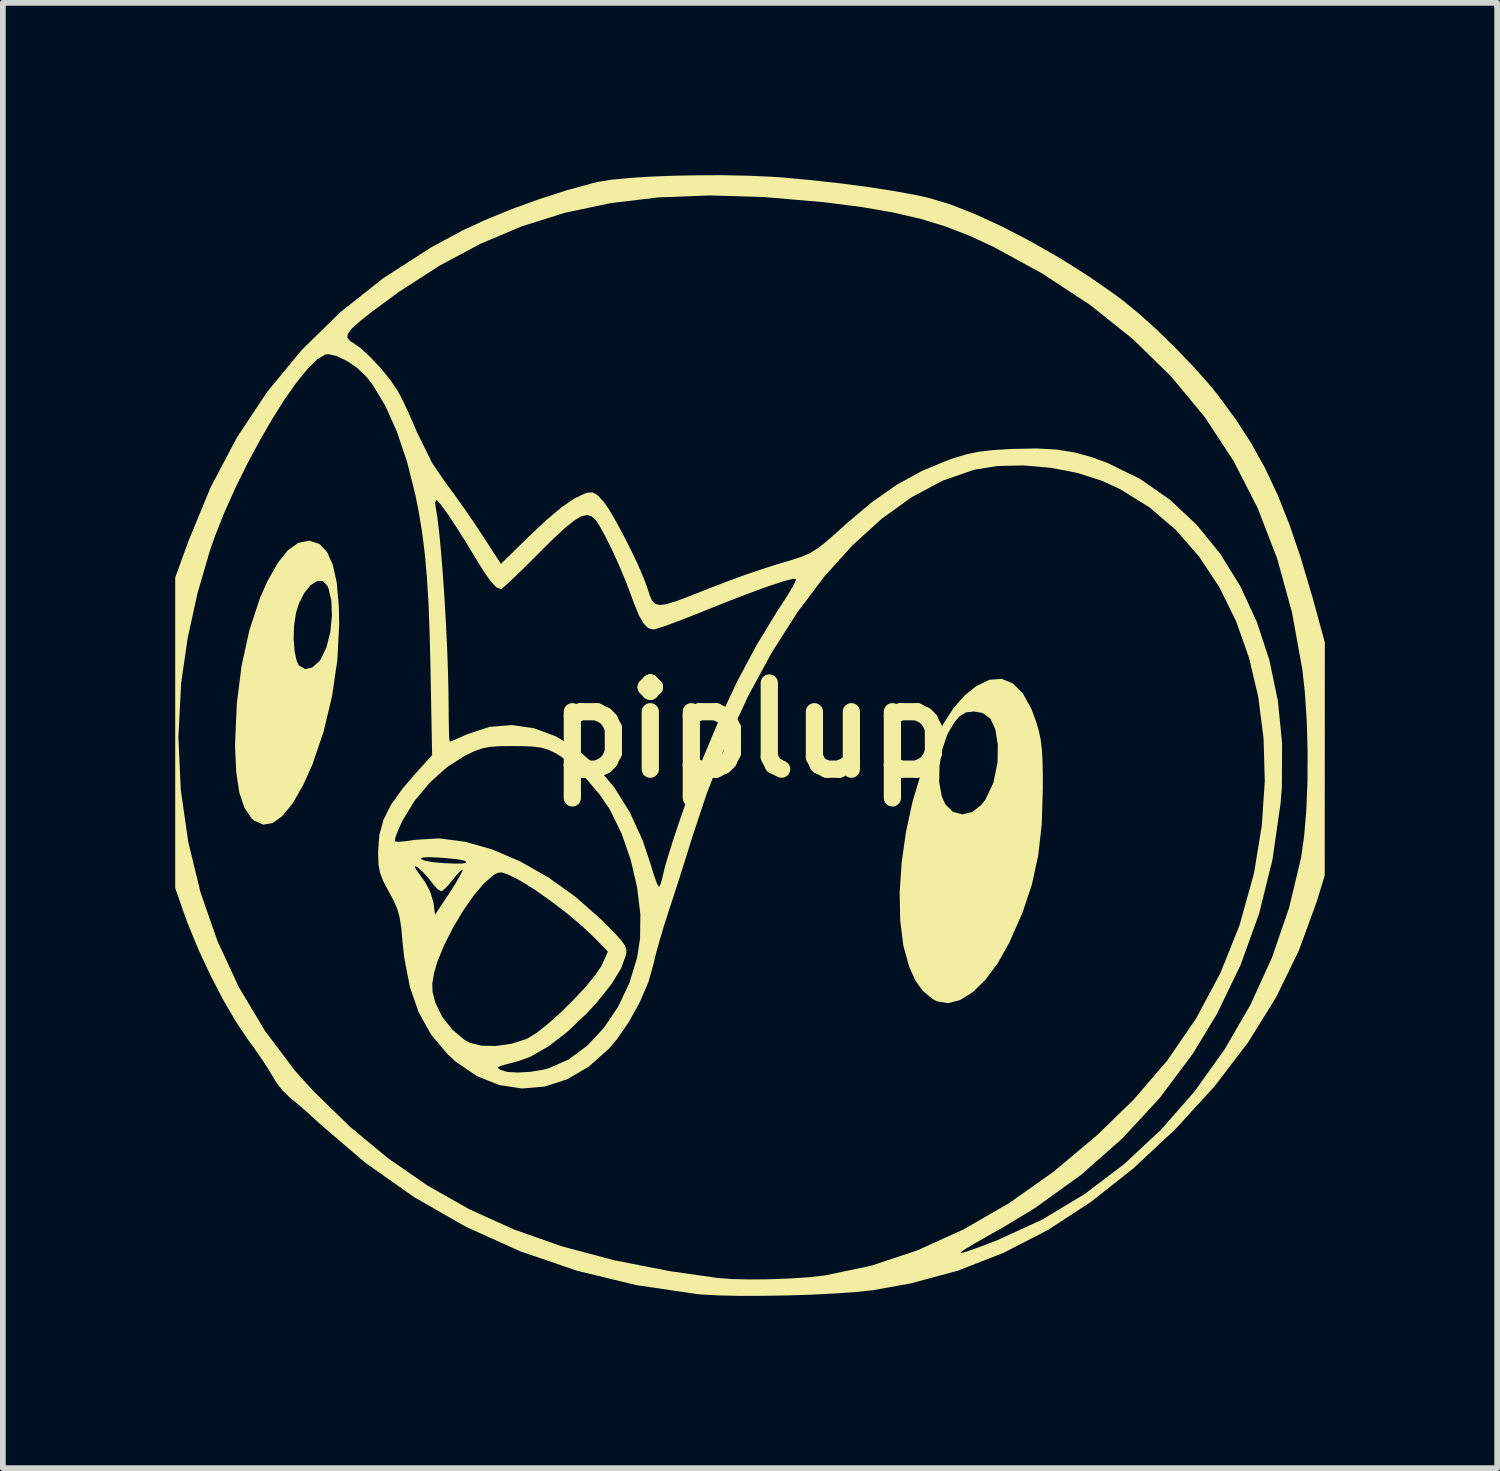
<source format=kicad_pcb>
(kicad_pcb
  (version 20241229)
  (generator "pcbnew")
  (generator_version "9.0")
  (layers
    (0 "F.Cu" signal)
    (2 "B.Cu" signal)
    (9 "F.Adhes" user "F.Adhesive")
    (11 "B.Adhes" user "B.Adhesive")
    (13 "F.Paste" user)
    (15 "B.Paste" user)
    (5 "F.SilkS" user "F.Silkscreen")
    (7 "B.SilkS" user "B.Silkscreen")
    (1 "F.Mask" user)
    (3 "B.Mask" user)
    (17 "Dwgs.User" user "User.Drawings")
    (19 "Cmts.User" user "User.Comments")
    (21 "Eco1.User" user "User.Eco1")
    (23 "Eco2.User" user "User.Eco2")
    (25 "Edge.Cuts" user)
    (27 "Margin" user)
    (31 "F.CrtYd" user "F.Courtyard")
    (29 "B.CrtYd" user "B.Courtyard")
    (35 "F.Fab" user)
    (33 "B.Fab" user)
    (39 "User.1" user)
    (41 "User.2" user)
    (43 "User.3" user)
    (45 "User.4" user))
  (footprint "piplup"
    (layer "F.Cu")
    (at 10.02 9.661)
    (property "Reference" "piplup" (at 0 0 0) (layer "F.SilkS") (effects (font (size 1.5 1.5) (thickness 0.3))))
    (attr board_only exclude_from_pos_files exclude_from_bom)
    (fp_poly (pts (xy -7.678 -3.297) (xy -7.509 -3.241) (xy -7.376 -3.102) (xy -7.276 -2.878) (xy -7.208 -2.567) (xy -7.172 -2.164) (xy -7.165 -1.848) (xy -7.197 -1.229) (xy -7.289 -0.596) (xy -7.436 0.022) (xy -7.631 0.596) (xy -7.793 0.956) (xy -7.974 1.272) (xy -8.152 1.492) (xy -8.325 1.617) (xy -8.49 1.644) (xy -8.648 1.572) (xy -8.691 1.533) (xy -8.815 1.351) (xy -8.904 1.087) (xy -8.957 0.736) (xy -8.978 0.294) (xy -8.978 0.232) (xy -8.948 -0.461) (xy -8.864 -1.127) (xy -8.763 -1.584) (xy -7.958 -1.584) (xy -7.941 -1.368) (xy -7.904 -1.2) (xy -7.866 -1.128) (xy -7.76 -1.064) (xy -7.637 -1.09) (xy -7.513 -1.2) (xy -7.484 -1.24) (xy -7.386 -1.447) (xy -7.32 -1.709) (xy -7.292 -1.99) (xy -7.302 -2.257) (xy -7.354 -2.477) (xy -7.373 -2.517) (xy -7.453 -2.597) (xy -7.555 -2.594) (xy -7.667 -2.521) (xy -7.774 -2.388) (xy -7.866 -2.208) (xy -7.919 -2.035) (xy -7.951 -1.816) (xy -7.958 -1.584) (xy -8.763 -1.584) (xy -8.727 -1.748) (xy -8.543 -2.305) (xy -8.418 -2.587) (xy -8.238 -2.908) (xy -8.06 -3.131) (xy -7.881 -3.26) (xy -7.698 -3.298)) (stroke (width 0) (type solid)) (fill yes) (layer "F.SilkS"))
    (fp_poly (pts (xy 4.563 -0.813) (xy 4.737 -0.638) (xy 4.885 -0.369) (xy 4.97 -0.14) (xy 5.014 0.016) (xy 5.046 0.165) (xy 5.066 0.33) (xy 5.078 0.534) (xy 5.083 0.8) (xy 5.083 1.027) (xy 5.064 1.637) (xy 5.003 2.18) (xy 4.893 2.684) (xy 4.729 3.177) (xy 4.505 3.684) (xy 4.5 3.696) (xy 4.3 4.053) (xy 4.086 4.342) (xy 3.865 4.559) (xy 3.644 4.697) (xy 3.432 4.752) (xy 3.235 4.718) (xy 3.155 4.673) (xy 2.992 4.536) (xy 2.869 4.365) (xy 2.761 4.129) (xy 2.757 4.119) (xy 2.655 3.749) (xy 2.6 3.309) (xy 2.591 2.82) (xy 2.626 2.298) (xy 2.702 1.763) (xy 2.818 1.233) (xy 2.917 0.904) (xy 3.279 0.904) (xy 3.323 1.15) (xy 3.388 1.293) (xy 3.52 1.422) (xy 3.681 1.465) (xy 3.852 1.424) (xy 4.012 1.301) (xy 4.083 1.209) (xy 4.224 0.91) (xy 4.295 0.558) (xy 4.299 0.25) (xy 4.256 -0.018) (xy 4.17 -0.2) (xy 4.036 -0.3) (xy 3.883 -0.326) (xy 3.744 -0.31) (xy 3.639 -0.246) (xy 3.552 -0.15) (xy 3.423 0.066) (xy 3.333 0.333) (xy 3.284 0.622) (xy 3.279 0.904) (xy 2.917 0.904) (xy 2.971 0.726) (xy 3.16 0.261) (xy 3.17 0.239) (xy 3.355 -0.116) (xy 3.533 -0.391) (xy 3.718 -0.602) (xy 3.919 -0.764) (xy 4.152 -0.878) (xy 4.368 -0.894)) (stroke (width 0) (type solid)) (fill yes) (layer "F.SilkS"))
    (fp_poly (pts (xy -0.046 -9.652) (xy 0.348 -9.635) (xy 0.541 -9.622) (xy 1.045 -9.576) (xy 1.553 -9.52) (xy 2.045 -9.455) (xy 2.496 -9.385) (xy 2.883 -9.314) (xy 3.08 -9.271) (xy 3.463 -9.157) (xy 3.903 -8.984) (xy 4.383 -8.763) (xy 4.885 -8.502) (xy 5.392 -8.211) (xy 5.887 -7.898) (xy 6.352 -7.574) (xy 6.488 -7.472) (xy 6.772 -7.238) (xy 7.091 -6.948) (xy 7.419 -6.627) (xy 7.732 -6.299) (xy 8.005 -5.99) (xy 8.128 -5.837) (xy 8.439 -5.415) (xy 8.712 -4.993) (xy 8.955 -4.555) (xy 9.175 -4.086) (xy 9.38 -3.569) (xy 9.577 -2.988) (xy 9.773 -2.328) (xy 9.828 -2.129) (xy 9.992 -1.528) (xy 9.991 0.501) (xy 9.99 2.53) (xy 9.852 2.981) (xy 9.542 3.831) (xy 9.145 4.647) (xy 8.656 5.434) (xy 8.075 6.196) (xy 7.397 6.938) (xy 7.391 6.944) (xy 6.662 7.625) (xy 5.924 8.209) (xy 5.173 8.699) (xy 4.401 9.097) (xy 3.604 9.408) (xy 2.777 9.632) (xy 2.123 9.748) (xy 1.84 9.779) (xy 1.484 9.804) (xy 1.08 9.825) (xy 0.651 9.839) (xy 0.219 9.846) (xy -0.19 9.847) (xy -0.554 9.839) (xy -0.85 9.824) (xy -0.927 9.817) (xy -1.991 9.66) (xy -3.021 9.411) (xy -4.012 9.072) (xy -4.96 8.644) (xy -5.862 8.128) (xy -6.713 7.528) (xy -7.49 6.863) (xy -7.667 6.701) (xy -7.839 6.549) (xy -7.979 6.431) (xy -8.02 6.399) (xy -8.159 6.265) (xy -8.283 6.097) (xy -8.311 6.048) (xy -8.388 5.917) (xy -8.507 5.734) (xy -8.651 5.527) (xy -8.757 5.381) (xy -8.966 5.07) (xy -9.188 4.688) (xy -9.409 4.262) (xy -9.615 3.819) (xy -9.794 3.385) (xy -9.866 3.19) (xy -10.02 2.747) (xy -10.02 0.119) (xy -9.965 0.119) (xy -9.923 1.04) (xy -9.793 1.945) (xy -9.579 2.825) (xy -9.284 3.672) (xy -8.91 4.476) (xy -8.46 5.23) (xy -7.937 5.925) (xy -7.621 6.276) (xy -6.98 6.9) (xy -6.318 7.449) (xy -5.626 7.928) (xy -4.896 8.341) (xy -4.118 8.693) (xy -3.284 8.986) (xy -2.384 9.226) (xy -1.408 9.417) (xy -0.576 9.535) (xy -0.332 9.554) (xy -0.02 9.561) (xy 0.329 9.558) (xy 0.684 9.544) (xy 1.013 9.522) (xy 1.284 9.492) (xy 2.094 9.322) (xy 2.901 9.054) (xy 3.703 8.69) (xy 4.493 8.234) (xy 5.269 7.686) (xy 6.027 7.05) (xy 6.663 6.431) (xy 7.247 5.753) (xy 7.751 5.018) (xy 8.172 4.231) (xy 8.506 3.399) (xy 8.748 2.531) (xy 8.767 2.443) (xy 8.895 1.656) (xy 8.947 0.884) (xy 8.925 0.137) (xy 8.833 -0.581) (xy 8.672 -1.262) (xy 8.446 -1.9) (xy 8.157 -2.487) (xy 7.807 -3.017) (xy 7.4 -3.484) (xy 6.938 -3.88) (xy 6.423 -4.199) (xy 6.11 -4.342) (xy 5.688 -4.478) (xy 5.224 -4.568) (xy 4.749 -4.609) (xy 4.295 -4.599) (xy 3.892 -4.535) (xy 3.881 -4.532) (xy 3.338 -4.343) (xy 2.803 -4.058) (xy 2.28 -3.682) (xy 1.771 -3.22) (xy 1.281 -2.677) (xy 0.813 -2.056) (xy 0.371 -1.363) (xy -0.043 -0.602) (xy -0.424 0.222) (xy -0.768 1.104) (xy -1.025 1.879) (xy -1.117 2.177) (xy -1.227 2.524) (xy -1.339 2.872) (xy -1.424 3.131) (xy -1.51 3.4) (xy -1.589 3.664) (xy -1.652 3.893) (xy -1.692 4.058) (xy -1.694 4.07) (xy -1.784 4.388) (xy -1.934 4.737) (xy -2.127 5.085) (xy -2.344 5.397) (xy -2.468 5.542) (xy -2.819 5.855) (xy -3.195 6.076) (xy -3.587 6.203) (xy -3.985 6.237) (xy -4.38 6.177) (xy -4.765 6.023) (xy -5.13 5.775) (xy -5.283 5.635) (xy -5.563 5.302) (xy -5.778 4.92) (xy -5.933 4.479) (xy -5.947 4.407) (xy -5.545 4.407) (xy -5.541 4.554) (xy -5.499 4.72) (xy -5.49 4.747) (xy -5.372 4.989) (xy -5.195 5.213) (xy -4.989 5.387) (xy -4.889 5.442) (xy -4.688 5.492) (xy -4.436 5.497) (xy -4.167 5.458) (xy -3.918 5.379) (xy -3.883 5.363) (xy -3.725 5.266) (xy -3.528 5.109) (xy -3.31 4.914) (xy -3.09 4.697) (xy -2.886 4.479) (xy -2.719 4.278) (xy -2.605 4.112) (xy -2.583 4.068) (xy -2.488 3.853) (xy -2.734 3.601) (xy -2.945 3.403) (xy -3.204 3.186) (xy -3.485 2.971) (xy -3.762 2.776) (xy -4.005 2.624) (xy -4.088 2.58) (xy -4.241 2.506) (xy -4.337 2.475) (xy -4.406 2.482) (xy -4.482 2.524) (xy -4.484 2.525) (xy -4.647 2.668) (xy -4.828 2.883) (xy -5.013 3.15) (xy -5.188 3.445) (xy -5.341 3.747) (xy -5.458 4.033) (xy -5.513 4.224) (xy -5.545 4.407) (xy -5.947 4.407) (xy -6.032 3.968) (xy -6.062 3.695) (xy -6.085 3.444) (xy -6.113 3.26) (xy -6.153 3.115) (xy -6.213 2.974) (xy -6.297 2.818) (xy -6.397 2.632) (xy -6.454 2.486) (xy -6.471 2.393) (xy -5.844 2.393) (xy -5.833 2.414) (xy -5.778 2.495) (xy -5.693 2.613) (xy -5.673 2.641) (xy -5.585 2.802) (xy -5.528 2.985) (xy -5.524 3.007) (xy -5.497 3.213) (xy -5.246 2.833) (xy -5.138 2.664) (xy -5.059 2.528) (xy -5.02 2.445) (xy -5.018 2.43) (xy -5.059 2.452) (xy -5.135 2.536) (xy -5.189 2.605) (xy -5.285 2.72) (xy -5.364 2.792) (xy -5.392 2.804) (xy -5.453 2.767) (xy -5.537 2.673) (xy -5.564 2.637) (xy -5.639 2.541) (xy -5.723 2.454) (xy -5.797 2.39) (xy -5.843 2.365) (xy -5.844 2.393) (xy -6.471 2.393) (xy -6.481 2.339) (xy -6.484 2.236) (xy -5.743 2.236) (xy -5.736 2.246) (xy -5.664 2.275) (xy -5.522 2.299) (xy -5.34 2.314) (xy -5.336 2.315) (xy -5.132 2.322) (xy -5.012 2.32) (xy -4.961 2.309) (xy -4.962 2.286) (xy -4.972 2.276) (xy -5.032 2.259) (xy -5.166 2.24) (xy -5.347 2.223) (xy -5.393 2.22) (xy -5.599 2.209) (xy -5.713 2.215) (xy -5.743 2.236) (xy -6.484 2.236) (xy -6.488 2.146) (xy -6.488 2.104) (xy -6.475 1.932) (xy -6.199 1.932) (xy -6.197 1.935) (xy -6.136 1.943) (xy -6.006 1.932) (xy -5.841 1.908) (xy -5.426 1.883) (xy -4.975 1.941) (xy -4.501 2.076) (xy -4.016 2.283) (xy -3.531 2.558) (xy -3.059 2.895) (xy -2.612 3.288) (xy -2.561 3.338) (xy -2.382 3.52) (xy -2.264 3.648) (xy -2.196 3.74) (xy -2.168 3.812) (xy -2.167 3.88) (xy -2.172 3.91) (xy -2.258 4.146) (xy -2.43 4.425) (xy -2.683 4.741) (xy -2.85 4.923) (xy -3.189 5.247) (xy -3.52 5.502) (xy -3.831 5.681) (xy -4.049 5.761) (xy -4.242 5.811) (xy -4.354 5.844) (xy -4.4 5.866) (xy -4.396 5.887) (xy -4.358 5.913) (xy -4.357 5.914) (xy -4.239 5.949) (xy -4.055 5.959) (xy -3.838 5.947) (xy -3.62 5.911) (xy -3.521 5.886) (xy -3.174 5.733) (xy -2.851 5.495) (xy -2.56 5.185) (xy -2.312 4.817) (xy -2.116 4.405) (xy -1.981 3.963) (xy -1.928 3.626) (xy -1.923 3.2) (xy -1.98 2.734) (xy -2.091 2.256) (xy -2.25 1.798) (xy -2.449 1.39) (xy -2.462 1.369) (xy -2.635 1.116) (xy -2.85 0.863) (xy -3.081 0.636) (xy -3.304 0.459) (xy -3.407 0.396) (xy -3.528 0.339) (xy -3.65 0.303) (xy -3.802 0.284) (xy -4.011 0.277) (xy -4.134 0.276) (xy -4.373 0.278) (xy -4.544 0.29) (xy -4.681 0.318) (xy -4.816 0.367) (xy -4.968 0.439) (xy -5.281 0.637) (xy -5.584 0.908) (xy -5.852 1.227) (xy -6.061 1.569) (xy -6.065 1.576) (xy -6.139 1.739) (xy -6.187 1.866) (xy -6.199 1.932) (xy -6.475 1.932) (xy -6.466 1.82) (xy -6.394 1.557) (xy -6.263 1.296) (xy -6.062 1.016) (xy -5.872 0.793) (xy -5.548 0.433) (xy -5.576 -1.073) (xy -5.591 -1.686) (xy -5.611 -2.215) (xy -5.64 -2.676) (xy -5.677 -3.088) (xy -5.725 -3.465) (xy -5.785 -3.824) (xy -5.814 -3.967) (xy -5.495 -3.967) (xy -5.488 -3.895) (xy -5.457 -3.71) (xy -5.425 -3.442) (xy -5.393 -3.108) (xy -5.362 -2.723) (xy -5.333 -2.306) (xy -5.308 -1.872) (xy -5.287 -1.439) (xy -5.272 -1.023) (xy -5.263 -0.642) (xy -5.261 -0.438) (xy -5.259 -0.199) (xy -5.255 0.000132) (xy -5.25 0.139) (xy -5.242 0.199) (xy -5.241 0.2) (xy -5.19 0.181) (xy -5.073 0.131) (xy -4.935 0.069) (xy -4.547 -0.058) (xy -4.155 -0.09) (xy -3.766 -0.032) (xy -3.387 0.11) (xy -3.024 0.332) (xy -2.686 0.629) (xy -2.378 0.995) (xy -2.108 1.426) (xy -1.883 1.917) (xy -1.743 2.338) (xy -1.688 2.52) (xy -1.639 2.655) (xy -1.604 2.723) (xy -1.596 2.726) (xy -1.567 2.668) (xy -1.536 2.552) (xy -1.531 2.527) (xy -1.494 2.375) (xy -1.427 2.15) (xy -1.339 1.873) (xy -1.236 1.564) (xy -1.124 1.245) (xy -1.011 0.936) (xy -0.904 0.657) (xy -0.901 0.65) (xy -0.571 -0.138) (xy -0.24 -0.844) (xy 0.101 -1.483) (xy 0.46 -2.072) (xy 0.539 -2.193) (xy 0.653 -2.37) (xy 0.739 -2.516) (xy 0.785 -2.61) (xy 0.789 -2.635) (xy 0.726 -2.634) (xy 0.58 -2.596) (xy 0.361 -2.525) (xy 0.076 -2.423) (xy -0.264 -2.294) (xy -0.652 -2.141) (xy -0.815 -2.075) (xy -1.081 -1.969) (xy -1.321 -1.877) (xy -1.516 -1.806) (xy -1.648 -1.764) (xy -1.696 -1.753) (xy -1.785 -1.777) (xy -1.866 -1.855) (xy -1.949 -2.001) (xy -2.041 -2.228) (xy -2.078 -2.33) (xy -2.177 -2.592) (xy -2.294 -2.871) (xy -2.417 -3.142) (xy -2.536 -3.381) (xy -2.64 -3.567) (xy -2.697 -3.652) (xy -2.768 -3.721) (xy -2.848 -3.747) (xy -2.948 -3.725) (xy -3.076 -3.649) (xy -3.242 -3.514) (xy -3.456 -3.315) (xy -3.695 -3.077) (xy -3.897 -2.875) (xy -4.076 -2.7) (xy -4.22 -2.565) (xy -4.316 -2.479) (xy -4.351 -2.455) (xy -4.424 -2.484) (xy -4.517 -2.578) (xy -4.637 -2.745) (xy -4.783 -2.981) (xy -4.961 -3.274) (xy -5.125 -3.534) (xy -5.266 -3.747) (xy -5.378 -3.904) (xy -5.451 -3.992) (xy -5.474 -4.007) (xy -5.495 -3.967) (xy -5.814 -3.967) (xy -5.842 -4.108) (xy -5.987 -4.682) (xy -6.162 -5.198) (xy -6.361 -5.645) (xy -6.581 -6.01) (xy -6.692 -6.153) (xy -6.845 -6.3) (xy -7.024 -6.424) (xy -7.203 -6.511) (xy -7.353 -6.546) (xy -7.409 -6.54) (xy -7.547 -6.456) (xy -7.715 -6.291) (xy -7.906 -6.056) (xy -8.113 -5.762) (xy -8.33 -5.42) (xy -8.549 -5.041) (xy -8.765 -4.638) (xy -8.97 -4.222) (xy -9.158 -3.804) (xy -9.321 -3.395) (xy -9.413 -3.136) (xy -9.633 -2.381) (xy -9.803 -1.603) (xy -9.913 -0.848) (xy -9.917 -0.809) (xy -9.965 0.119) (xy -10.02 0.119) (xy -10.02 0.045) (xy -10.02 -2.657) (xy -9.789 -3.294) (xy -9.402 -4.232) (xy -8.945 -5.097) (xy -8.418 -5.891) (xy -7.819 -6.617) (xy -7.6 -6.832) (xy -7.025 -6.832) (xy -6.979 -6.776) (xy -6.926 -6.745) (xy -6.791 -6.65) (xy -6.624 -6.495) (xy -6.447 -6.306) (xy -6.283 -6.107) (xy -6.155 -5.921) (xy -6.146 -5.907) (xy -6.068 -5.759) (xy -5.97 -5.551) (xy -5.866 -5.317) (xy -5.811 -5.185) (xy -5.546 -4.649) (xy -5.317 -4.313) (xy -5.164 -4.108) (xy -4.984 -3.854) (xy -4.803 -3.59) (xy -4.686 -3.414) (xy -4.35 -2.895) (xy -3.866 -3.369) (xy -3.55 -3.666) (xy -3.286 -3.887) (xy -3.066 -4.037) (xy -2.883 -4.123) (xy -2.841 -4.135) (xy -2.752 -4.139) (xy -2.666 -4.089) (xy -2.56 -3.974) (xy -2.469 -3.844) (xy -2.353 -3.646) (xy -2.222 -3.403) (xy -2.089 -3.141) (xy -1.966 -2.884) (xy -1.867 -2.655) (xy -1.802 -2.48) (xy -1.761 -2.35) (xy -1.72 -2.257) (xy -1.667 -2.2) (xy -1.587 -2.179) (xy -1.468 -2.195) (xy -1.297 -2.247) (xy -1.061 -2.336) (xy -0.746 -2.461) (xy -0.699 -2.479) (xy -0.4 -2.594) (xy -0.079 -2.711) (xy 0.227 -2.815) (xy 0.48 -2.895) (xy 0.494 -2.899) (xy 0.721 -2.966) (xy 0.894 -3.024) (xy 1.034 -3.086) (xy 1.164 -3.166) (xy 1.306 -3.277) (xy 1.484 -3.432) (xy 1.653 -3.586) (xy 2.104 -3.967) (xy 2.537 -4.271) (xy 2.976 -4.512) (xy 3.446 -4.707) (xy 3.542 -4.739) (xy 3.752 -4.802) (xy 3.961 -4.846) (xy 4.2 -4.875) (xy 4.501 -4.894) (xy 4.571 -4.897) (xy 4.983 -4.904) (xy 5.329 -4.885) (xy 5.639 -4.835) (xy 5.944 -4.75) (xy 6.203 -4.655) (xy 6.773 -4.376) (xy 7.293 -4.014) (xy 7.76 -3.578) (xy 8.17 -3.073) (xy 8.52 -2.508) (xy 8.807 -1.888) (xy 9.026 -1.222) (xy 9.174 -0.515) (xy 9.248 0.224) (xy 9.244 0.989) (xy 9.222 1.271) (xy 9.081 2.251) (xy 8.849 3.19) (xy 8.525 4.089) (xy 8.11 4.947) (xy 7.691 5.636) (xy 7.118 6.402) (xy 6.466 7.107) (xy 5.739 7.748) (xy 4.94 8.322) (xy 4.398 8.65) (xy 4.107 8.814) (xy 3.896 8.935) (xy 3.755 9.019) (xy 3.675 9.07) (xy 3.648 9.095) (xy 3.666 9.098) (xy 3.707 9.09) (xy 3.808 9.058) (xy 3.974 8.999) (xy 4.176 8.923) (xy 4.283 8.881) (xy 5.068 8.521) (xy 5.81 8.075) (xy 6.504 7.549) (xy 7.145 6.949) (xy 7.728 6.283) (xy 8.247 5.557) (xy 8.698 4.778) (xy 9.074 3.953) (xy 9.371 3.087) (xy 9.578 2.222) (xy 9.632 1.842) (xy 9.67 1.388) (xy 9.69 0.886) (xy 9.692 0.36) (xy 9.677 -0.164) (xy 9.644 -0.661) (xy 9.601 -1.052) (xy 9.421 -2.049) (xy 9.163 -2.985) (xy 8.825 -3.862) (xy 8.407 -4.68) (xy 7.908 -5.442) (xy 7.325 -6.148) (xy 6.659 -6.801) (xy 5.908 -7.401) (xy 5.071 -7.951) (xy 4.231 -8.41) (xy 3.81 -8.606) (xy 3.39 -8.768) (xy 2.953 -8.902) (xy 2.477 -9.012) (xy 1.943 -9.105) (xy 1.332 -9.184) (xy 1.252 -9.193) (xy 0.23 -9.281) (xy -0.719 -9.309) (xy -1.606 -9.275) (xy -2.439 -9.175) (xy -3.228 -9.009) (xy -3.983 -8.773) (xy -4.712 -8.465) (xy -5.425 -8.083) (xy -6.132 -7.626) (xy -6.578 -7.298) (xy -6.798 -7.124) (xy -6.941 -6.995) (xy -7.015 -6.902) (xy -7.025 -6.832) (xy -7.6 -6.832) (xy -7.146 -7.276) (xy -6.398 -7.869) (xy -5.573 -8.4) (xy -5.026 -8.696) (xy -4.628 -8.88) (xy -4.169 -9.068) (xy -3.681 -9.245) (xy -3.201 -9.4) (xy -2.764 -9.52) (xy -2.655 -9.546) (xy -2.431 -9.582) (xy -2.126 -9.612) (xy -1.758 -9.636) (xy -1.348 -9.652) (xy -0.913 -9.66) (xy -0.473 -9.661)) (stroke (width 0) (type solid)) (fill yes) (layer "F.SilkS")))
  (gr_rect
    (start -3 -3)
    (end 23.012 22.507)
    (stroke (width 0.1) (type default))
    (fill no)
    (layer "Edge.Cuts")))
</source>
